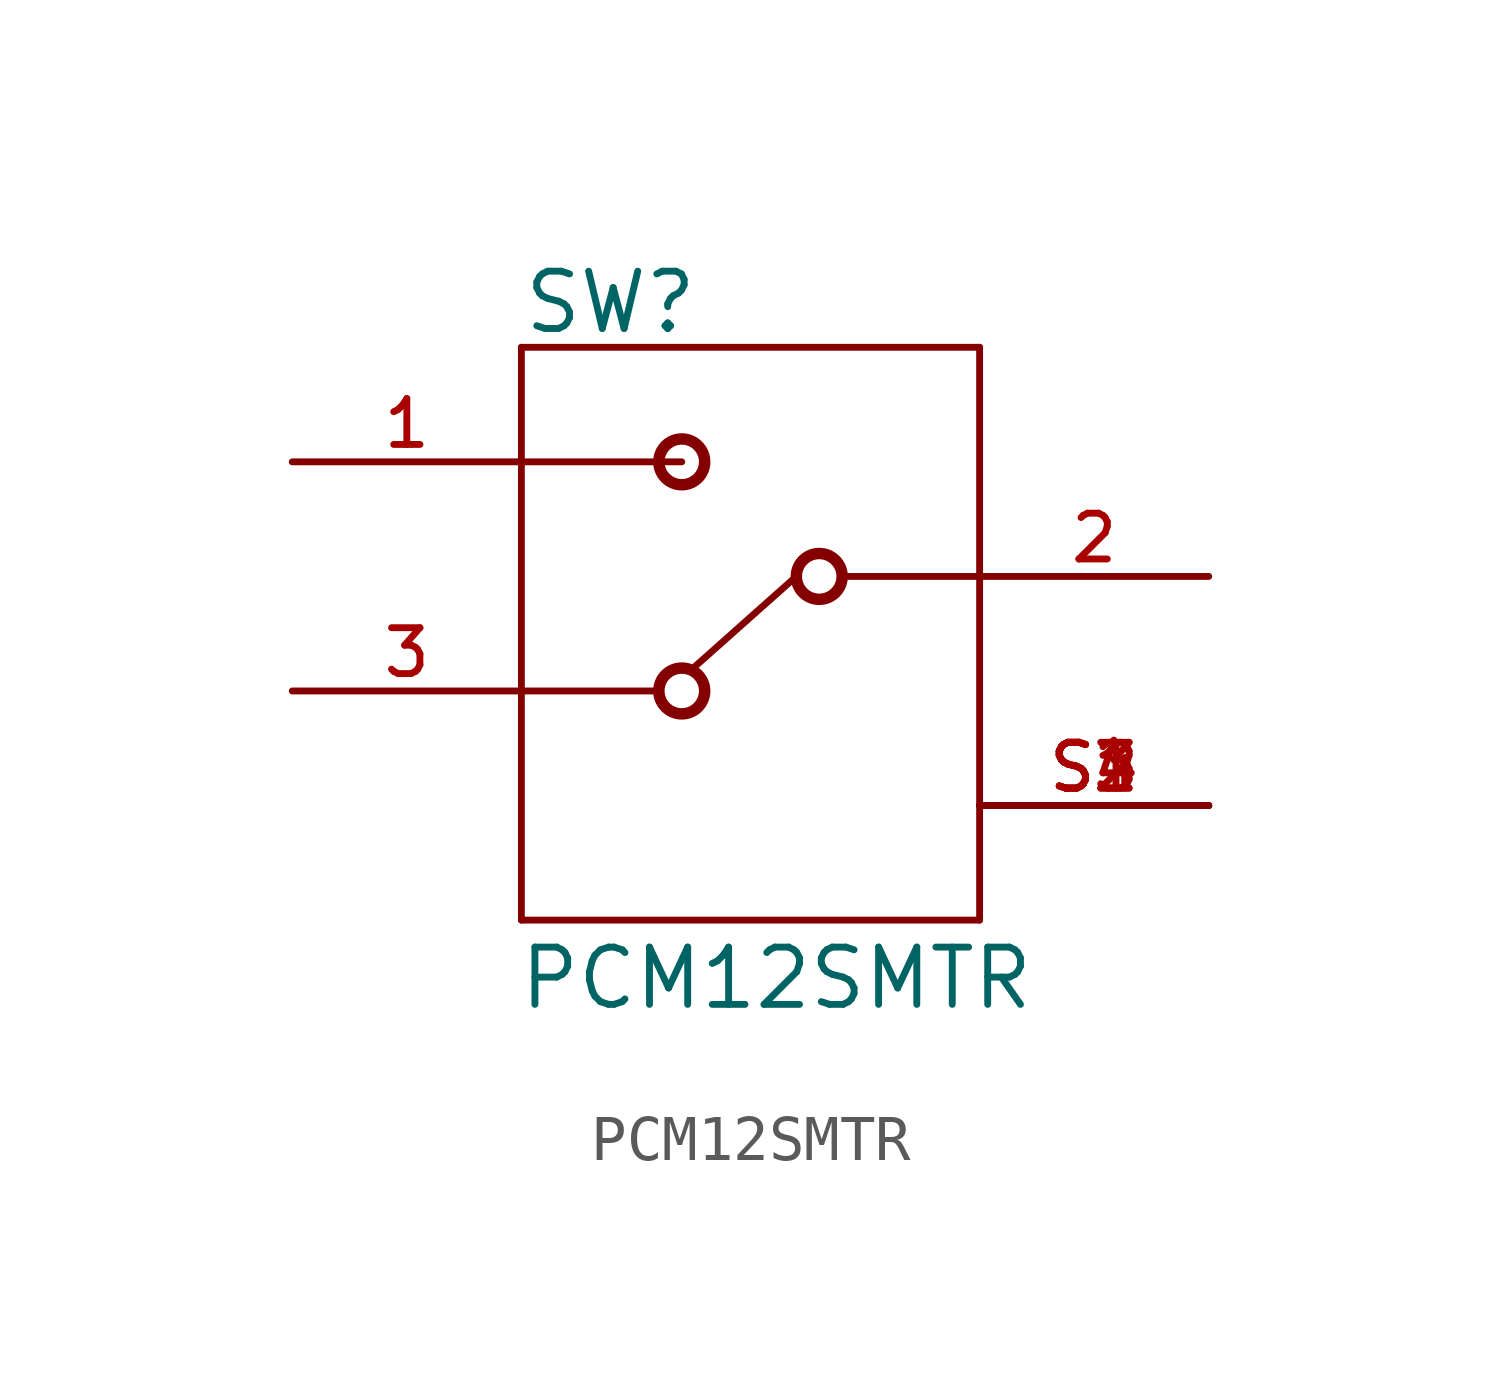
<source format=kicad_sym>
(kicad_symbol_lib
  (version 20220914)
  (generator kicad_symbol_editor)
  (symbol "PCM12SMTR"
    (pin_names
      (offset 1.016) hide)
    (property "Reference" "SW"
      (at -5.08 5.334 0)
      (effects (font (size 1.27 1.27)) (justify left bottom)))
    (property "Value" "PCM12SMTR"
      (at -5.182 -9.652 0)
      (effects (font (size 1.27 1.27)) (justify left bottom)))
    (property "ki_locked" ""
      (at 0 0 0)
      (effects (font (size 1.27 1.27))))
    (symbol "PCM12SMTR_0_0"
      (circle (center -1.524 -2.54) (radius 0.508) (stroke (width 0.254) (type solid)) (fill (type none)))
      (circle (center -1.524 2.54) (radius 0.508) (stroke (width 0.254) (type solid)) (fill (type none)))
      (polyline (pts (xy -5.08 -7.62) (xy 5.08 -7.62)) (stroke (width 0.152) (type solid)) (fill (type none)))
      (polyline (pts (xy -5.08 -2.54) (xy -5.08 -7.62)) (stroke (width 0.152) (type solid)) (fill (type none)))
      (polyline (pts (xy -5.08 -2.54) (xy -2.032 -2.54)) (stroke (width 0.152) (type solid)) (fill (type none)))
      (polyline (pts (xy -5.08 2.54) (xy -5.08 -2.54)) (stroke (width 0.152) (type solid)) (fill (type none)))
      (polyline (pts (xy -5.08 2.54) (xy -1.524 2.54)) (stroke (width 0.152) (type solid)) (fill (type none)))
      (polyline (pts (xy -5.08 5.08) (xy -5.08 2.54)) (stroke (width 0.152) (type solid)) (fill (type none)))
      (polyline (pts (xy 1.016 0) (xy -1.27 -2.032)) (stroke (width 0.152) (type solid)) (fill (type none)))
      (polyline (pts (xy 2.032 0) (xy 5.08 0)) (stroke (width 0.152) (type solid)) (fill (type none)))
      (polyline (pts (xy 5.08 -7.62) (xy 5.08 0)) (stroke (width 0.152) (type solid)) (fill (type none)))
      (polyline (pts (xy 5.08 0) (xy 5.08 5.08)) (stroke (width 0.152) (type solid)) (fill (type none)))
      (polyline (pts (xy 5.08 5.08) (xy -5.08 5.08)) (stroke (width 0.152) (type solid)) (fill (type none)))
      (circle (center 1.524 0) (radius 0.508) (stroke (width 0.254) (type solid)) (fill (type none)))
      (pin passive line (at -10.16 2.54 0) (length 5.08) (name "1" (effects (font (size 1.016 1.016)))) (number "1" (effects (font (size 1.016 1.016)))))
      (pin passive line (at 10.16 0 180) (length 5.08) (name "2" (effects (font (size 1.016 1.016)))) (number "2" (effects (font (size 1.016 1.016)))))
      (pin passive line (at -10.16 -2.54 0) (length 5.08) (name "3" (effects (font (size 1.016 1.016)))) (number "3" (effects (font (size 1.016 1.016)))))
      (pin passive line (at 10.16 -5.08 180) (length 5.08) (name "SHIELD" (effects (font (size 1.016 1.016)))) (number "S1" (effects (font (size 1.016 1.016)))))
      (pin passive line (at 10.16 -5.08 180) (length 5.08) (name "SHIELD" (effects (font (size 1.016 1.016)))) (number "S2" (effects (font (size 1.016 1.016)))))
      (pin passive line (at 10.16 -5.08 180) (length 5.08) (name "SHIELD" (effects (font (size 1.016 1.016)))) (number "S3" (effects (font (size 1.016 1.016)))))
      (pin passive line (at 10.16 -5.08 180) (length 5.08) (name "SHIELD" (effects (font (size 1.016 1.016)))) (number "S4" (effects (font (size 1.016 1.016))))))))
</source>
